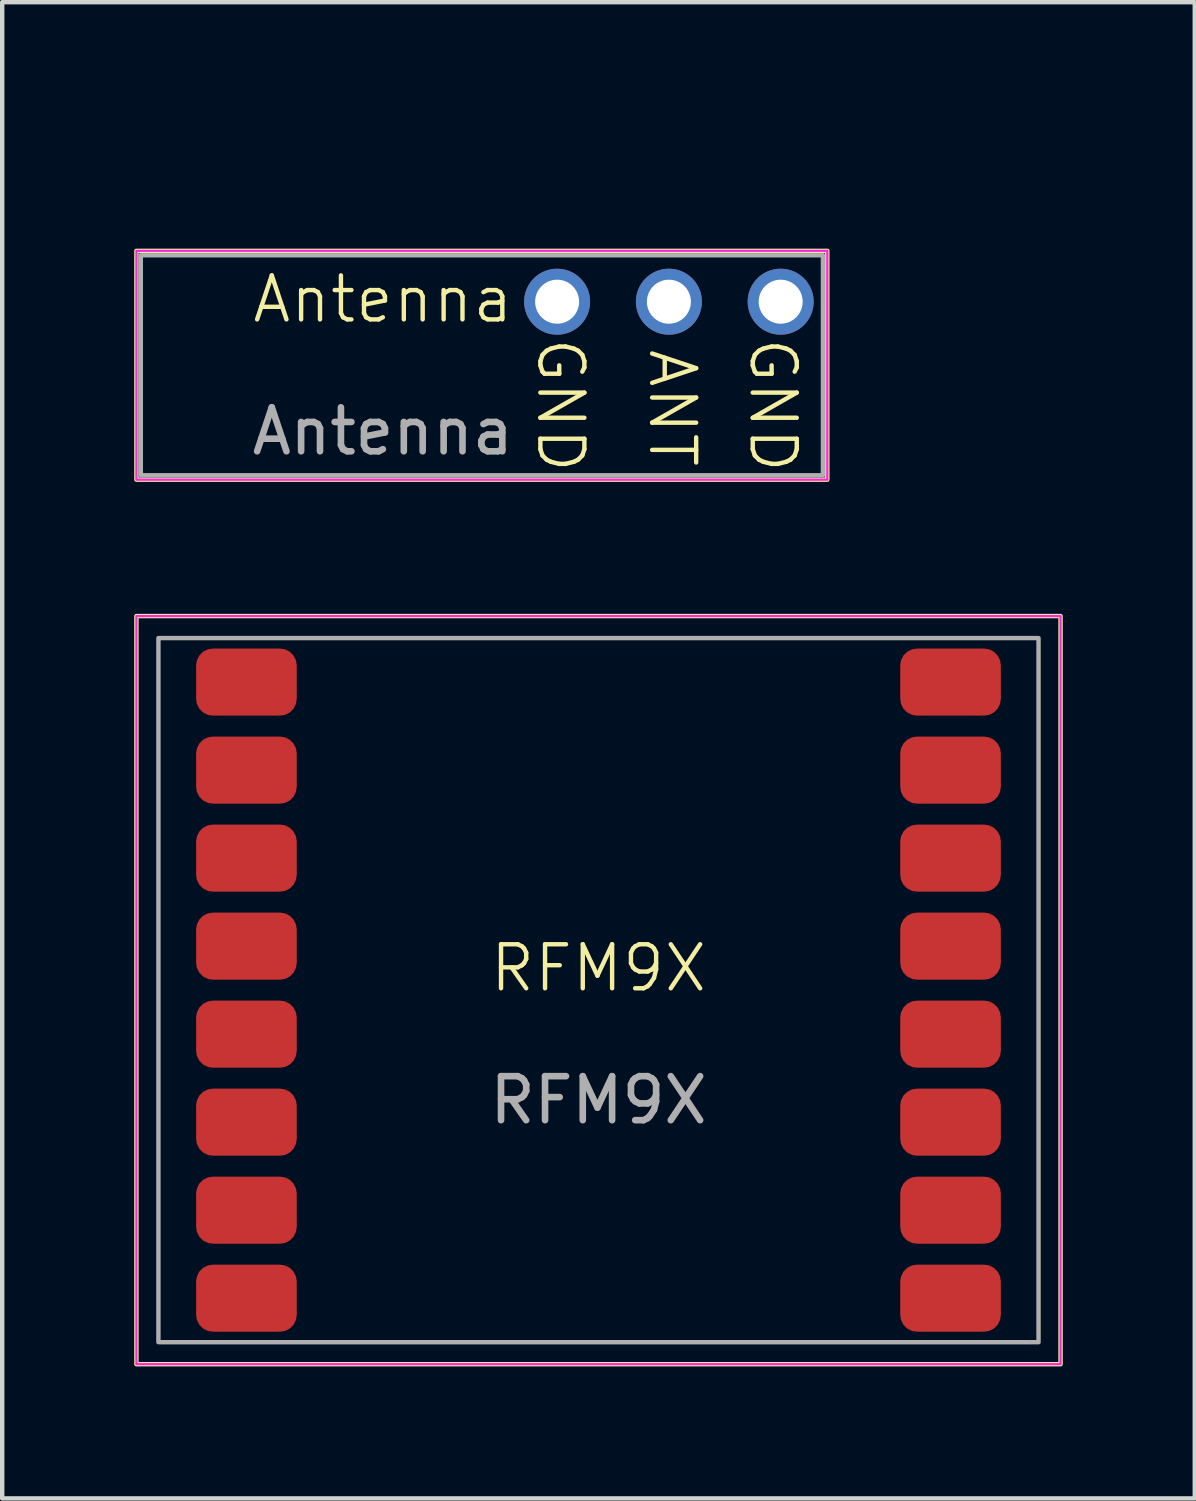
<source format=kicad_pcb>
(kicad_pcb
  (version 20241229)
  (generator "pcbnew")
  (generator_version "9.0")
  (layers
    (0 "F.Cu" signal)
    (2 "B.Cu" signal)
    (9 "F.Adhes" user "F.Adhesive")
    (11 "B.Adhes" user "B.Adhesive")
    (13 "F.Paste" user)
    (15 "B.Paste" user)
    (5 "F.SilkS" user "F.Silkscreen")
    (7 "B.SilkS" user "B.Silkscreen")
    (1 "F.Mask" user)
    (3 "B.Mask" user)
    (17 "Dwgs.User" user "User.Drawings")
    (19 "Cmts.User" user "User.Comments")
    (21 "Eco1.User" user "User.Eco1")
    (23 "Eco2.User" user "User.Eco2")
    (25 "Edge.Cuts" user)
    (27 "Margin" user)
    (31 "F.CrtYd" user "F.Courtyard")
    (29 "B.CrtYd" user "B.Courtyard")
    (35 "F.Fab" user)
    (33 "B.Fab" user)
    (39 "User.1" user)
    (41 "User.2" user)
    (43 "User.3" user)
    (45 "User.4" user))
  (footprint "Antenna"
    (layer "F.Cu")
    (at 12.15 0.25)
    (property "Reference" "Antenna" (at -6.5 3.5 0) (unlocked yes) (layer "F.SilkS") (effects (font (size 1 1) (thickness 0.1))))
    (attr through_hole)
    (fp_rect (start -12.1 2.4) (end 3.6 7.6) (stroke (width 0.1) (type default)) (fill no) (layer "F.SilkS"))
    (fp_rect (start -12.1 2.4) (end 3.6 7.6) (stroke (width 0.05) (type default)) (fill no) (layer "F.CrtYd"))
    (fp_rect (start -12 2.5) (end 3.5 7.5) (stroke (width 0.1) (type default)) (fill no) (layer "F.Fab"))
    (fp_text user "ANT" (at -0.508 4.572 270) (unlocked yes) (layer "F.SilkS") (effects (font (size 1 1) (thickness 0.1)) (justify left bottom)))
    (fp_text user "GND" (at 1.778 4.318 270) (unlocked yes) (layer "F.SilkS") (effects (font (size 1 1) (thickness 0.1)) (justify left bottom)))
    (fp_text user "GND" (at -3.048 4.318 270) (unlocked yes) (layer "F.SilkS") (effects (font (size 1 1) (thickness 0.1)) (justify left bottom)))
    (fp_text user "${REFERENCE}" (at -6.5 6.5 0) (unlocked yes) (layer "F.Fab") (effects (font (size 1 1) (thickness 0.15))))
    (pad "1" thru_hole circle (at -2.54 3.556) (size 1.5 1.5) (drill 1) (layers "*.Cu" "*.Mask"))
    (pad "2" thru_hole circle (at 0 3.556) (size 1.5 1.5) (drill 1) (layers "*.Cu" "*.Mask"))
    (pad "3" thru_hole circle (at 2.54 3.556) (size 1.5 1.5) (drill 1) (layers "*.Cu" "*.Mask")))
  (footprint "RFM9X"
    (layer "F.Cu")
    (at 10.55 19.45)
    (property "Reference" "RFM9X" (at 0 -0.5 0) (unlocked yes) (layer "F.SilkS") (effects (font (size 1 1) (thickness 0.1))))
    (attr smd)
    (fp_rect (start -10.5 -8.5) (end 10.5 8.5) (stroke (width 0.1) (type default)) (fill no) (layer "F.SilkS"))
    (fp_rect (start -10.5 -8.5) (end 10.5 8.5) (stroke (width 0.05) (type default)) (fill no) (layer "F.CrtYd"))
    (fp_rect (start -10 -8) (end 10 8) (stroke (width 0.1) (type default)) (fill no) (layer "F.Fab"))
    (fp_text user "${REFERENCE}" (at 0 2.5 0) (unlocked yes) (layer "F.Fab") (effects (font (size 1 1) (thickness 0.15))))
    (pad "1" smd roundrect (at -8 -7) (size 2.286 1.524) (layers "F.Cu" "F.Mask" "F.Paste") (roundrect_rratio 0.25))
    (pad "2" smd roundrect (at -8 -5) (size 2.286 1.524) (layers "F.Cu" "F.Mask" "F.Paste") (roundrect_rratio 0.25))
    (pad "3" smd roundrect (at -8 -3) (size 2.286 1.524) (layers "F.Cu" "F.Mask" "F.Paste") (roundrect_rratio 0.25))
    (pad "4" smd roundrect (at -8 -1) (size 2.286 1.524) (layers "F.Cu" "F.Mask" "F.Paste") (roundrect_rratio 0.25))
    (pad "5" smd roundrect (at -8 1) (size 2.286 1.524) (layers "F.Cu" "F.Mask" "F.Paste") (roundrect_rratio 0.25))
    (pad "6" smd roundrect (at -8 3) (size 2.286 1.524) (layers "F.Cu" "F.Mask" "F.Paste") (roundrect_rratio 0.25))
    (pad "7" smd roundrect (at -8 5) (size 2.286 1.524) (layers "F.Cu" "F.Mask" "F.Paste") (roundrect_rratio 0.25))
    (pad "8" smd roundrect (at -8 7) (size 2.286 1.524) (layers "F.Cu" "F.Mask" "F.Paste") (roundrect_rratio 0.25))
    (pad "9" smd roundrect (at 8 -7) (size 2.286 1.524) (layers "F.Cu" "F.Mask" "F.Paste") (roundrect_rratio 0.25))
    (pad "10" smd roundrect (at 8 -5) (size 2.286 1.524) (layers "F.Cu" "F.Mask" "F.Paste") (roundrect_rratio 0.25))
    (pad "11" smd roundrect (at 8 -3) (size 2.286 1.524) (layers "F.Cu" "F.Mask" "F.Paste") (roundrect_rratio 0.25))
    (pad "12" smd roundrect (at 8 -1) (size 2.286 1.524) (layers "F.Cu" "F.Mask" "F.Paste") (roundrect_rratio 0.25))
    (pad "13" smd roundrect (at 8 1) (size 2.286 1.524) (layers "F.Cu" "F.Mask" "F.Paste") (roundrect_rratio 0.25))
    (pad "14" smd roundrect (at 8 3) (size 2.286 1.524) (layers "F.Cu" "F.Mask" "F.Paste") (roundrect_rratio 0.25))
    (pad "15" smd roundrect (at 8 5) (size 2.286 1.524) (layers "F.Cu" "F.Mask" "F.Paste") (roundrect_rratio 0.25))
    (pad "16" smd roundrect (at 8 7) (size 2.286 1.524) (layers "F.Cu" "F.Mask" "F.Paste") (roundrect_rratio 0.25)))
  (gr_rect
    (start -3 -3)
    (end 24.1 31)
    (stroke (width 0.1) (type default))
    (fill no)
    (layer "Edge.Cuts")))
</source>
